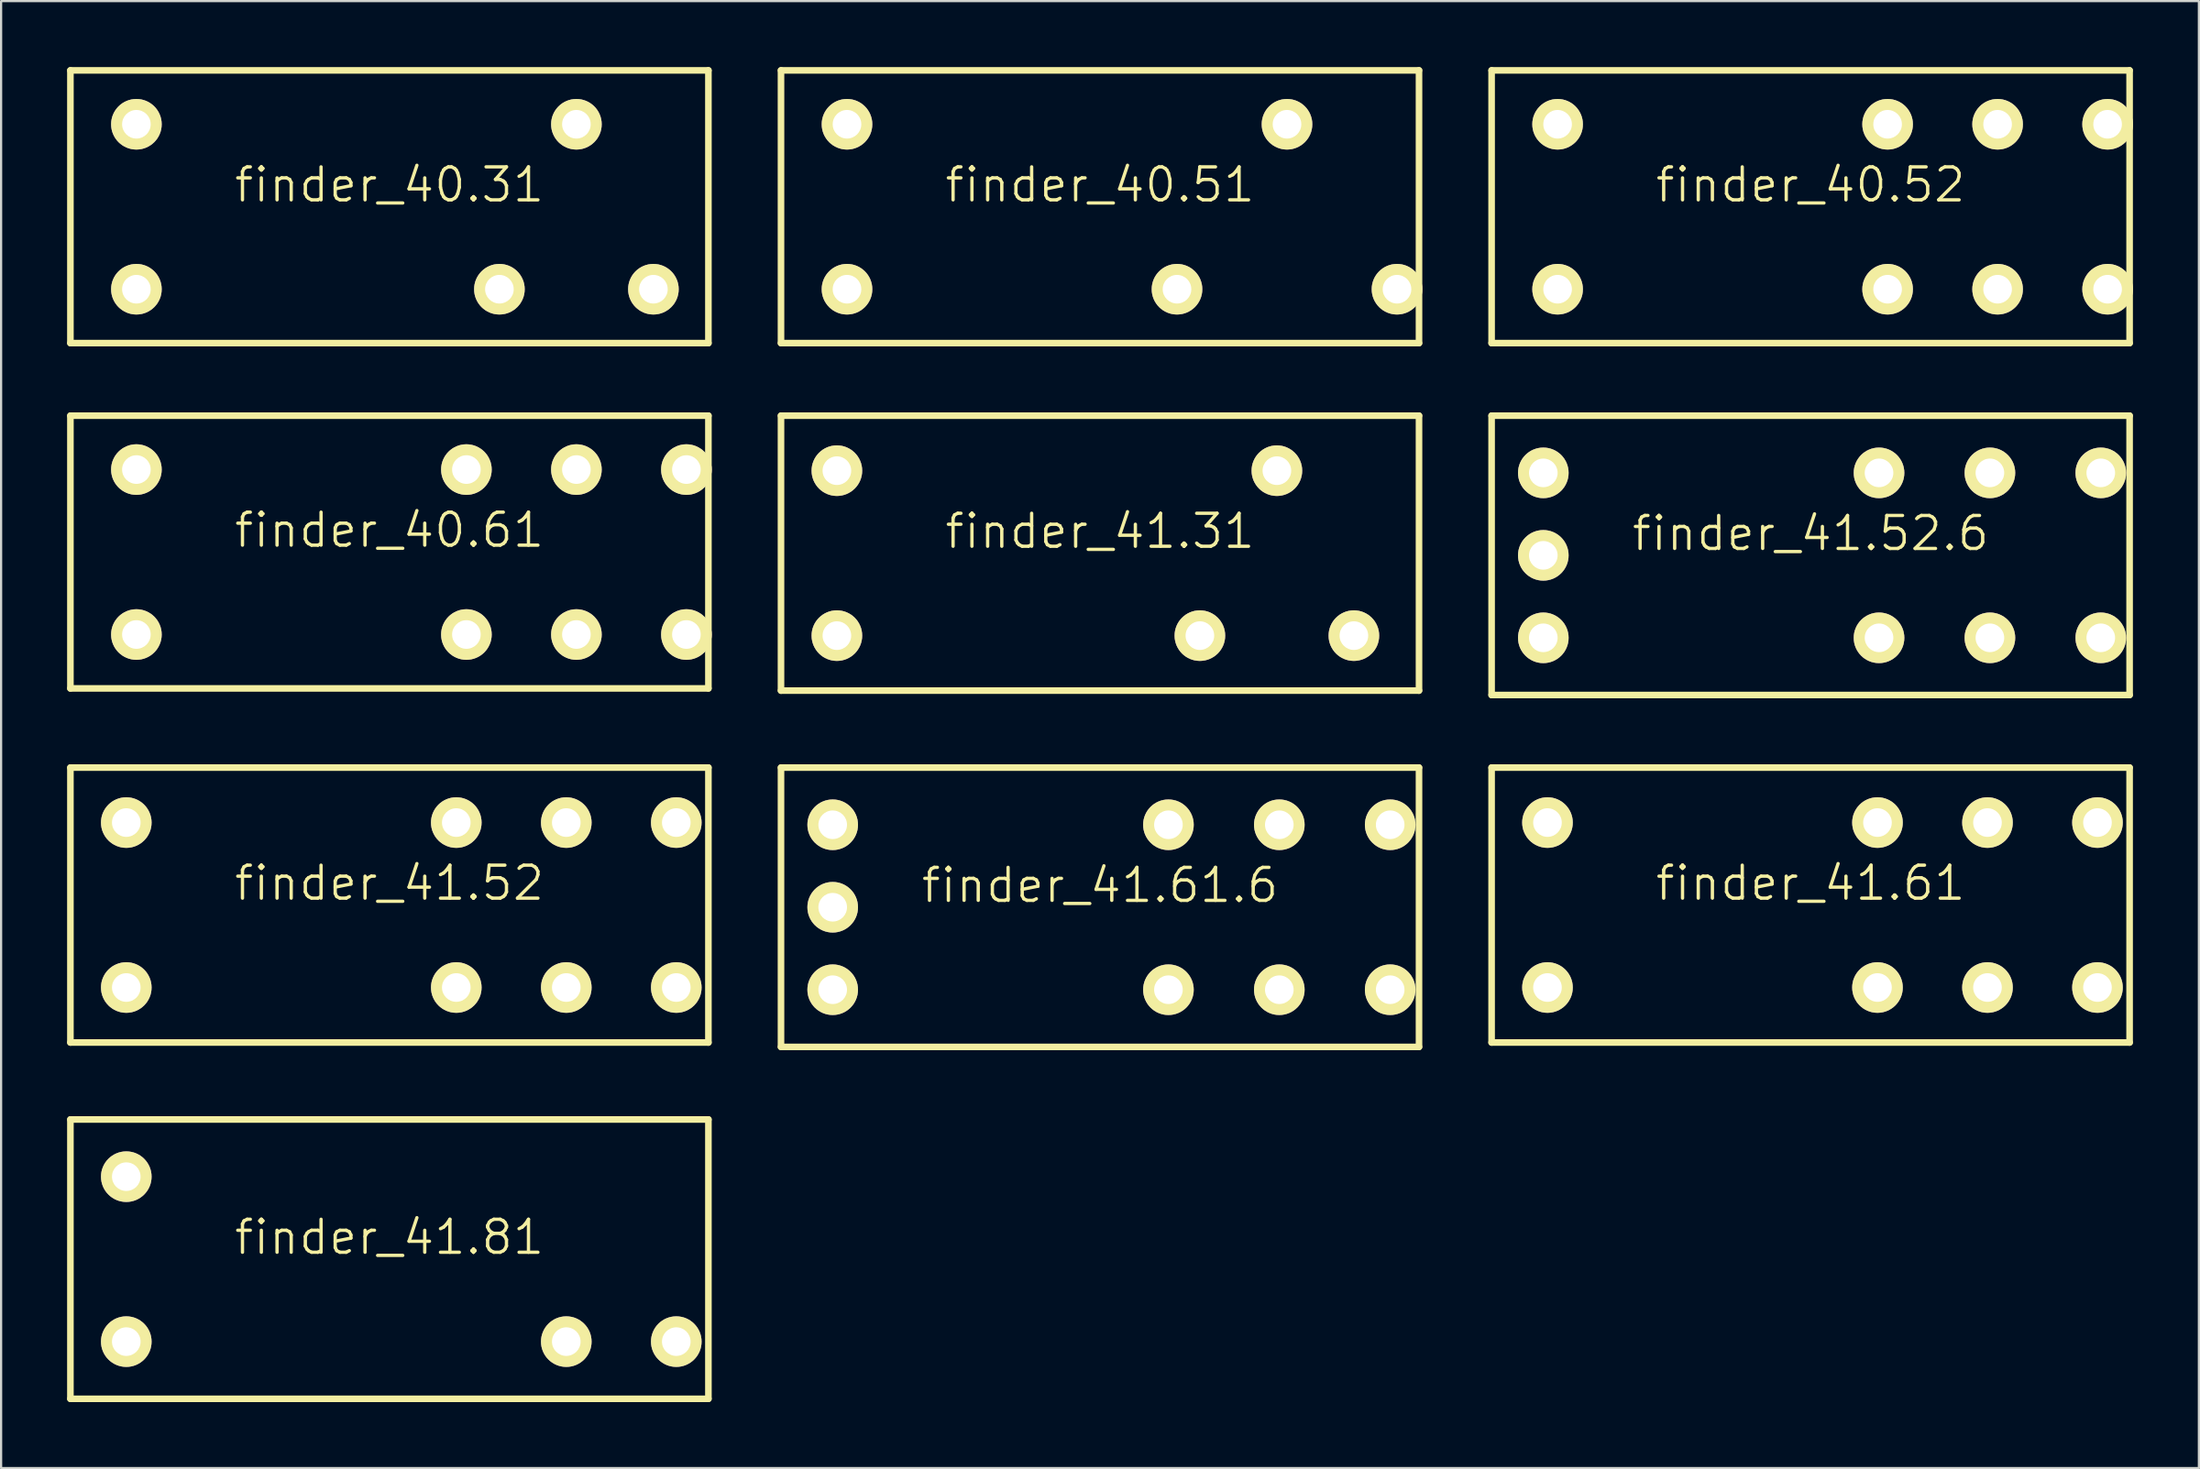
<source format=kicad_pcb>
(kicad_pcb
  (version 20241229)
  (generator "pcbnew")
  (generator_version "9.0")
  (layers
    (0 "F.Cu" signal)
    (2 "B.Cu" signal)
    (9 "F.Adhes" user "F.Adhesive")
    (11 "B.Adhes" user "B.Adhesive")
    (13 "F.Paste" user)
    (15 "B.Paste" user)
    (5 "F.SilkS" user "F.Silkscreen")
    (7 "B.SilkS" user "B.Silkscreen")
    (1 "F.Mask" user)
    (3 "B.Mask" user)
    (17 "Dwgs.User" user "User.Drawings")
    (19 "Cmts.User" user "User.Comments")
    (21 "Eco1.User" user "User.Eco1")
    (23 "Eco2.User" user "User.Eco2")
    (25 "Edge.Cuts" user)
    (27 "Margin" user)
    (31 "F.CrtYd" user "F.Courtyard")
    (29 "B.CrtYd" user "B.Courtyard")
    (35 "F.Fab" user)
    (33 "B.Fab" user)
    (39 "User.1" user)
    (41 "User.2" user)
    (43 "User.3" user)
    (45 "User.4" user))
  (footprint "finder_40.31"
    (layer "F.Cu")
    (at 14.65 6.35)
    (property "Reference" "finder_40.31" (at 0 -1 0) (layer "F.SilkS") (effects (font (size 1.5 1.5) (thickness 0.15))))
    (attr through_hole)
    (fp_line (start -14.5 -6.2) (end -14.5 6.2) (stroke (width 0.3) (type solid)) (layer "F.SilkS"))
    (fp_line (start -14.5 6.2) (end 14.5 6.2) (stroke (width 0.3) (type solid)) (layer "F.SilkS"))
    (fp_line (start 14.5 -6.2) (end -14.5 -6.2) (stroke (width 0.3) (type solid)) (layer "F.SilkS"))
    (fp_line (start 14.5 6.2) (end 14.5 -6.2) (stroke (width 0.3) (type solid)) (layer "F.SilkS"))
    (pad "11" thru_hole circle (at 8.5 -3.75) (size 2.3 2.3) (drill 1.3) (layers "*.Cu" "*.Mask" "F.SilkS"))
    (pad "12" thru_hole circle (at 5 3.75) (size 2.3 2.3) (drill 1.3) (layers "*.Cu" "*.Mask" "F.SilkS"))
    (pad "14" thru_hole circle (at 12 3.75) (size 2.3 2.3) (drill 1.3) (layers "*.Cu" "*.Mask" "F.SilkS"))
    (pad "A1" thru_hole circle (at -11.5 3.75) (size 2.3 2.3) (drill 1.3) (layers "*.Cu" "*.Mask" "F.SilkS"))
    (pad "A2" thru_hole circle (at -11.5 -3.75) (size 2.3 2.3) (drill 1.3) (layers "*.Cu" "*.Mask" "F.SilkS")))
  (footprint "finder_41.61.6"
    (layer "F.Cu")
    (at 46.95 38.2)
    (property "Reference" "finder_41.61.6" (at 0 -1 0) (layer "F.SilkS") (effects (font (size 1.5 1.5) (thickness 0.15))))
    (attr through_hole)
    (fp_line (start -14.5 -6.35) (end -14.5 6.35) (stroke (width 0.3) (type solid)) (layer "F.SilkS"))
    (fp_line (start -14.5 6.35) (end 14.5 6.35) (stroke (width 0.3) (type solid)) (layer "F.SilkS"))
    (fp_line (start 14.5 -6.35) (end -14.5 -6.35) (stroke (width 0.3) (type solid)) (layer "F.SilkS"))
    (fp_line (start 14.5 6.35) (end 14.5 -6.35) (stroke (width 0.3) (type solid)) (layer "F.SilkS"))
    (pad "11" thru_hole circle (at 8.15 -3.75) (size 2.3 2.3) (drill 1.3) (layers "*.Cu" "*.Mask" "F.SilkS"))
    (pad "11" thru_hole circle (at 8.15 3.75) (size 2.3 2.3) (drill 1.3) (layers "*.Cu" "*.Mask" "F.SilkS"))
    (pad "12" thru_hole circle (at 3.11 -3.75) (size 2.3 2.3) (drill 1.3) (layers "*.Cu" "*.Mask" "F.SilkS"))
    (pad "12" thru_hole circle (at 3.11 3.75) (size 2.3 2.3) (drill 1.3) (layers "*.Cu" "*.Mask" "F.SilkS"))
    (pad "14" thru_hole circle (at 13.19 -3.75) (size 2.3 2.3) (drill 1.3) (layers "*.Cu" "*.Mask" "F.SilkS"))
    (pad "14" thru_hole circle (at 13.19 3.75) (size 2.3 2.3) (drill 1.3) (layers "*.Cu" "*.Mask" "F.SilkS"))
    (pad "A1" thru_hole circle (at -12.15 3.75) (size 2.3 2.3) (drill 1.3) (layers "*.Cu" "*.Mask" "F.SilkS"))
    (pad "A2" thru_hole circle (at -12.15 -3.75) (size 2.3 2.3) (drill 1.3) (layers "*.Cu" "*.Mask" "F.SilkS"))
    (pad "A3" thru_hole circle (at -12.15 0) (size 2.3 2.3) (drill 1.3) (layers "*.Cu" "*.Mask" "F.SilkS")))
  (footprint "finder_41.31"
    (layer "F.Cu")
    (at 46.95 22.1)
    (property "Reference" "finder_41.31" (at 0 -1 0) (layer "F.SilkS") (effects (font (size 1.5 1.5) (thickness 0.15))))
    (attr through_hole)
    (fp_line (start -14.5 -6.25) (end -14.5 6.25) (stroke (width 0.3) (type solid)) (layer "F.SilkS"))
    (fp_line (start -14.5 6.25) (end 14.5 6.25) (stroke (width 0.3) (type solid)) (layer "F.SilkS"))
    (fp_line (start 14.5 -6.25) (end -14.5 -6.25) (stroke (width 0.3) (type solid)) (layer "F.SilkS"))
    (fp_line (start 14.5 6.25) (end 14.5 -6.25) (stroke (width 0.3) (type solid)) (layer "F.SilkS"))
    (pad "11" thru_hole circle (at 8.04 -3.75) (size 2.3 2.3) (drill 1.3) (layers "*.Cu" "*.Mask" "F.SilkS"))
    (pad "12" thru_hole circle (at 4.54 3.75) (size 2.3 2.3) (drill 1.3) (layers "*.Cu" "*.Mask" "F.SilkS"))
    (pad "14" thru_hole circle (at 11.54 3.75) (size 2.3 2.3) (drill 1.3) (layers "*.Cu" "*.Mask" "F.SilkS"))
    (pad "A1" thru_hole circle (at -11.96 3.75) (size 2.3 2.3) (drill 1.3) (layers "*.Cu" "*.Mask" "F.SilkS"))
    (pad "A2" thru_hole circle (at -11.96 -3.75) (size 2.3 2.3) (drill 1.3) (layers "*.Cu" "*.Mask" "F.SilkS")))
  (footprint "finder_41.81"
    (layer "F.Cu")
    (at 14.65 54.2)
    (property "Reference" "finder_41.81" (at 0 -1 0) (layer "F.SilkS") (effects (font (size 1.5 1.5) (thickness 0.15))))
    (attr through_hole)
    (fp_line (start -14.5 -6.35) (end -14.5 6.35) (stroke (width 0.3) (type solid)) (layer "F.SilkS"))
    (fp_line (start -14.5 6.35) (end 14.5 6.35) (stroke (width 0.3) (type solid)) (layer "F.SilkS"))
    (fp_line (start 14.5 -6.35) (end -14.5 -6.35) (stroke (width 0.3) (type solid)) (layer "F.SilkS"))
    (fp_line (start 14.5 6.35) (end 14.5 -6.35) (stroke (width 0.3) (type solid)) (layer "F.SilkS"))
    (pad "11" thru_hole circle (at 8.04 3.75) (size 2.3 2.3) (drill 1.3) (layers "*.Cu" "*.Mask" "F.SilkS"))
    (pad "14" thru_hole circle (at 13.04 3.75) (size 2.3 2.3) (drill 1.3) (layers "*.Cu" "*.Mask" "F.SilkS"))
    (pad "A1" thru_hole circle (at -11.96 3.75) (size 2.3 2.3) (drill 1.3) (layers "*.Cu" "*.Mask" "F.SilkS"))
    (pad "A2" thru_hole circle (at -11.96 -3.75) (size 2.3 2.3) (drill 1.3) (layers "*.Cu" "*.Mask" "F.SilkS")))
  (footprint "finder_40.61"
    (layer "F.Cu")
    (at 14.65 22.05)
    (property "Reference" "finder_40.61" (at 0 -1 0) (layer "F.SilkS") (effects (font (size 1.5 1.5) (thickness 0.15))))
    (attr through_hole)
    (fp_line (start -14.5 -6.2) (end -14.5 6.2) (stroke (width 0.3) (type solid)) (layer "F.SilkS"))
    (fp_line (start -14.5 6.2) (end 14.5 6.2) (stroke (width 0.3) (type solid)) (layer "F.SilkS"))
    (fp_line (start 14.5 -6.2) (end -14.5 -6.2) (stroke (width 0.3) (type solid)) (layer "F.SilkS"))
    (fp_line (start 14.5 6.2) (end 14.5 -6.2) (stroke (width 0.3) (type solid)) (layer "F.SilkS"))
    (pad "11" thru_hole circle (at 8.5 -3.75) (size 2.3 2.3) (drill 1.3) (layers "*.Cu" "*.Mask" "F.SilkS"))
    (pad "11" thru_hole circle (at 8.5 3.75) (size 2.3 2.3) (drill 1.3) (layers "*.Cu" "*.Mask" "F.SilkS"))
    (pad "12" thru_hole circle (at 3.5 -3.75) (size 2.3 2.3) (drill 1.3) (layers "*.Cu" "*.Mask" "F.SilkS"))
    (pad "12" thru_hole circle (at 3.5 3.75) (size 2.3 2.3) (drill 1.3) (layers "*.Cu" "*.Mask" "F.SilkS"))
    (pad "14" thru_hole circle (at 13.5 -3.75) (size 2.3 2.3) (drill 1.3) (layers "*.Cu" "*.Mask" "F.SilkS"))
    (pad "14" thru_hole circle (at 13.5 3.75) (size 2.3 2.3) (drill 1.3) (layers "*.Cu" "*.Mask" "F.SilkS"))
    (pad "A1" thru_hole circle (at -11.5 3.75) (size 2.3 2.3) (drill 1.3) (layers "*.Cu" "*.Mask" "F.SilkS"))
    (pad "A2" thru_hole circle (at -11.5 -3.75) (size 2.3 2.3) (drill 1.3) (layers "*.Cu" "*.Mask" "F.SilkS")))
  (footprint "finder_40.51"
    (layer "F.Cu")
    (at 46.95 6.35)
    (property "Reference" "finder_40.51" (at 0 -1 0) (layer "F.SilkS") (effects (font (size 1.5 1.5) (thickness 0.15))))
    (attr through_hole)
    (fp_line (start -14.5 -6.2) (end -14.5 6.2) (stroke (width 0.3) (type solid)) (layer "F.SilkS"))
    (fp_line (start -14.5 6.2) (end 14.5 6.2) (stroke (width 0.3) (type solid)) (layer "F.SilkS"))
    (fp_line (start 14.5 -6.2) (end -14.5 -6.2) (stroke (width 0.3) (type solid)) (layer "F.SilkS"))
    (fp_line (start 14.5 6.2) (end 14.5 -6.2) (stroke (width 0.3) (type solid)) (layer "F.SilkS"))
    (pad "11" thru_hole circle (at 8.5 -3.75) (size 2.3 2.3) (drill 1.3) (layers "*.Cu" "*.Mask" "F.SilkS"))
    (pad "12" thru_hole circle (at 3.5 3.75) (size 2.3 2.3) (drill 1.3) (layers "*.Cu" "*.Mask" "F.SilkS"))
    (pad "14" thru_hole circle (at 13.5 3.75) (size 2.3 2.3) (drill 1.3) (layers "*.Cu" "*.Mask" "F.SilkS"))
    (pad "A1" thru_hole circle (at -11.5 3.75) (size 2.3 2.3) (drill 1.3) (layers "*.Cu" "*.Mask" "F.SilkS"))
    (pad "A2" thru_hole circle (at -11.5 -3.75) (size 2.3 2.3) (drill 1.3) (layers "*.Cu" "*.Mask" "F.SilkS")))
  (footprint "finder_41.61"
    (layer "F.Cu")
    (at 79.25 38.1)
    (property "Reference" "finder_41.61" (at 0 -1 0) (layer "F.SilkS") (effects (font (size 1.5 1.5) (thickness 0.15))))
    (attr through_hole)
    (fp_line (start -14.5 -6.25) (end -14.5 6.25) (stroke (width 0.3) (type solid)) (layer "F.SilkS"))
    (fp_line (start -14.5 6.25) (end 14.5 6.25) (stroke (width 0.3) (type solid)) (layer "F.SilkS"))
    (fp_line (start 14.5 -6.25) (end -14.5 -6.25) (stroke (width 0.3) (type solid)) (layer "F.SilkS"))
    (fp_line (start 14.5 6.25) (end 14.5 -6.25) (stroke (width 0.3) (type solid)) (layer "F.SilkS"))
    (pad "11" thru_hole circle (at 8.04 -3.75) (size 2.3 2.3) (drill 1.3) (layers "*.Cu" "*.Mask" "F.SilkS"))
    (pad "11" thru_hole circle (at 8.04 3.75) (size 2.3 2.3) (drill 1.3) (layers "*.Cu" "*.Mask" "F.SilkS"))
    (pad "12" thru_hole circle (at 3.04 -3.75) (size 2.3 2.3) (drill 1.3) (layers "*.Cu" "*.Mask" "F.SilkS"))
    (pad "12" thru_hole circle (at 3.04 3.75) (size 2.3 2.3) (drill 1.3) (layers "*.Cu" "*.Mask" "F.SilkS"))
    (pad "14" thru_hole circle (at 13.04 -3.75) (size 2.3 2.3) (drill 1.3) (layers "*.Cu" "*.Mask" "F.SilkS"))
    (pad "14" thru_hole circle (at 13.04 3.75) (size 2.3 2.3) (drill 1.3) (layers "*.Cu" "*.Mask" "F.SilkS"))
    (pad "A1" thru_hole circle (at -11.96 3.75) (size 2.3 2.3) (drill 1.3) (layers "*.Cu" "*.Mask" "F.SilkS"))
    (pad "A2" thru_hole circle (at -11.96 -3.75) (size 2.3 2.3) (drill 1.3) (layers "*.Cu" "*.Mask" "F.SilkS")))
  (footprint "finder_40.52"
    (layer "F.Cu")
    (at 79.25 6.35)
    (property "Reference" "finder_40.52" (at 0 -1 0) (layer "F.SilkS") (effects (font (size 1.5 1.5) (thickness 0.15))))
    (attr through_hole)
    (fp_line (start -14.5 -6.2) (end -14.5 6.2) (stroke (width 0.3) (type solid)) (layer "F.SilkS"))
    (fp_line (start -14.5 6.2) (end 14.5 6.2) (stroke (width 0.3) (type solid)) (layer "F.SilkS"))
    (fp_line (start 14.5 -6.2) (end -14.5 -6.2) (stroke (width 0.3) (type solid)) (layer "F.SilkS"))
    (fp_line (start 14.5 6.2) (end 14.5 -6.2) (stroke (width 0.3) (type solid)) (layer "F.SilkS"))
    (pad "11" thru_hole circle (at 8.5 3.75) (size 2.3 2.3) (drill 1.3) (layers "*.Cu" "*.Mask" "F.SilkS"))
    (pad "12" thru_hole circle (at 3.5 3.75) (size 2.3 2.3) (drill 1.3) (layers "*.Cu" "*.Mask" "F.SilkS"))
    (pad "14" thru_hole circle (at 13.5 3.75) (size 2.3 2.3) (drill 1.3) (layers "*.Cu" "*.Mask" "F.SilkS"))
    (pad "21" thru_hole circle (at 8.5 -3.75) (size 2.3 2.3) (drill 1.3) (layers "*.Cu" "*.Mask" "F.SilkS"))
    (pad "22" thru_hole circle (at 3.5 -3.75) (size 2.3 2.3) (drill 1.3) (layers "*.Cu" "*.Mask" "F.SilkS"))
    (pad "24" thru_hole circle (at 13.5 -3.75) (size 2.3 2.3) (drill 1.3) (layers "*.Cu" "*.Mask" "F.SilkS"))
    (pad "A1" thru_hole circle (at -11.5 3.75) (size 2.3 2.3) (drill 1.3) (layers "*.Cu" "*.Mask" "F.SilkS"))
    (pad "A2" thru_hole circle (at -11.5 -3.75) (size 2.3 2.3) (drill 1.3) (layers "*.Cu" "*.Mask" "F.SilkS")))
  (footprint "finder_41.52"
    (layer "F.Cu")
    (at 14.65 38.1)
    (property "Reference" "finder_41.52" (at 0 -1 0) (layer "F.SilkS") (effects (font (size 1.5 1.5) (thickness 0.15))))
    (attr through_hole)
    (fp_line (start -14.5 -6.25) (end -14.5 6.25) (stroke (width 0.3) (type solid)) (layer "F.SilkS"))
    (fp_line (start -14.5 6.25) (end 14.5 6.25) (stroke (width 0.3) (type solid)) (layer "F.SilkS"))
    (fp_line (start 14.5 -6.25) (end -14.5 -6.25) (stroke (width 0.3) (type solid)) (layer "F.SilkS"))
    (fp_line (start 14.5 6.25) (end 14.5 -6.25) (stroke (width 0.3) (type solid)) (layer "F.SilkS"))
    (pad "11" thru_hole circle (at 8.04 3.75) (size 2.3 2.3) (drill 1.3) (layers "*.Cu" "*.Mask" "F.SilkS"))
    (pad "12" thru_hole circle (at 3.04 3.75) (size 2.3 2.3) (drill 1.3) (layers "*.Cu" "*.Mask" "F.SilkS"))
    (pad "14" thru_hole circle (at 13.04 3.75) (size 2.3 2.3) (drill 1.3) (layers "*.Cu" "*.Mask" "F.SilkS"))
    (pad "21" thru_hole circle (at 8.04 -3.75) (size 2.3 2.3) (drill 1.3) (layers "*.Cu" "*.Mask" "F.SilkS"))
    (pad "22" thru_hole circle (at 3.04 -3.75) (size 2.3 2.3) (drill 1.3) (layers "*.Cu" "*.Mask" "F.SilkS"))
    (pad "24" thru_hole circle (at 13.04 -3.75) (size 2.3 2.3) (drill 1.3) (layers "*.Cu" "*.Mask" "F.SilkS"))
    (pad "A1" thru_hole circle (at -11.96 3.75) (size 2.3 2.3) (drill 1.3) (layers "*.Cu" "*.Mask" "F.SilkS"))
    (pad "A2" thru_hole circle (at -11.96 -3.75) (size 2.3 2.3) (drill 1.3) (layers "*.Cu" "*.Mask" "F.SilkS")))
  (footprint "finder_41.52.6"
    (layer "F.Cu")
    (at 79.25 22.2)
    (property "Reference" "finder_41.52.6" (at 0 -1 0) (layer "F.SilkS") (effects (font (size 1.5 1.5) (thickness 0.15))))
    (attr through_hole)
    (fp_line (start -14.5 -6.35) (end -14.5 6.35) (stroke (width 0.3) (type solid)) (layer "F.SilkS"))
    (fp_line (start -14.5 6.35) (end 14.5 6.35) (stroke (width 0.3) (type solid)) (layer "F.SilkS"))
    (fp_line (start 14.5 -6.35) (end -14.5 -6.35) (stroke (width 0.3) (type solid)) (layer "F.SilkS"))
    (fp_line (start 14.5 6.35) (end 14.5 -6.35) (stroke (width 0.3) (type solid)) (layer "F.SilkS"))
    (pad "11" thru_hole circle (at 8.15 3.75) (size 2.3 2.3) (drill 1.3) (layers "*.Cu" "*.Mask" "F.SilkS"))
    (pad "12" thru_hole circle (at 3.11 3.75) (size 2.3 2.3) (drill 1.3) (layers "*.Cu" "*.Mask" "F.SilkS"))
    (pad "14" thru_hole circle (at 13.19 3.75) (size 2.3 2.3) (drill 1.3) (layers "*.Cu" "*.Mask" "F.SilkS"))
    (pad "21" thru_hole circle (at 8.15 -3.75) (size 2.3 2.3) (drill 1.3) (layers "*.Cu" "*.Mask" "F.SilkS"))
    (pad "22" thru_hole circle (at 3.11 -3.75) (size 2.3 2.3) (drill 1.3) (layers "*.Cu" "*.Mask" "F.SilkS"))
    (pad "24" thru_hole circle (at 13.19 -3.75) (size 2.3 2.3) (drill 1.3) (layers "*.Cu" "*.Mask" "F.SilkS"))
    (pad "A1" thru_hole circle (at -12.15 3.75) (size 2.3 2.3) (drill 1.3) (layers "*.Cu" "*.Mask" "F.SilkS"))
    (pad "A2" thru_hole circle (at -12.15 -3.75) (size 2.3 2.3) (drill 1.3) (layers "*.Cu" "*.Mask" "F.SilkS"))
    (pad "A3" thru_hole circle (at -12.15 0) (size 2.3 2.3) (drill 1.3) (layers "*.Cu" "*.Mask" "F.SilkS")))
  (gr_rect
    (start -3 -3)
    (end 96.9 63.7)
    (stroke (width 0.1) (type default))
    (fill no)
    (layer "Edge.Cuts")))
</source>
